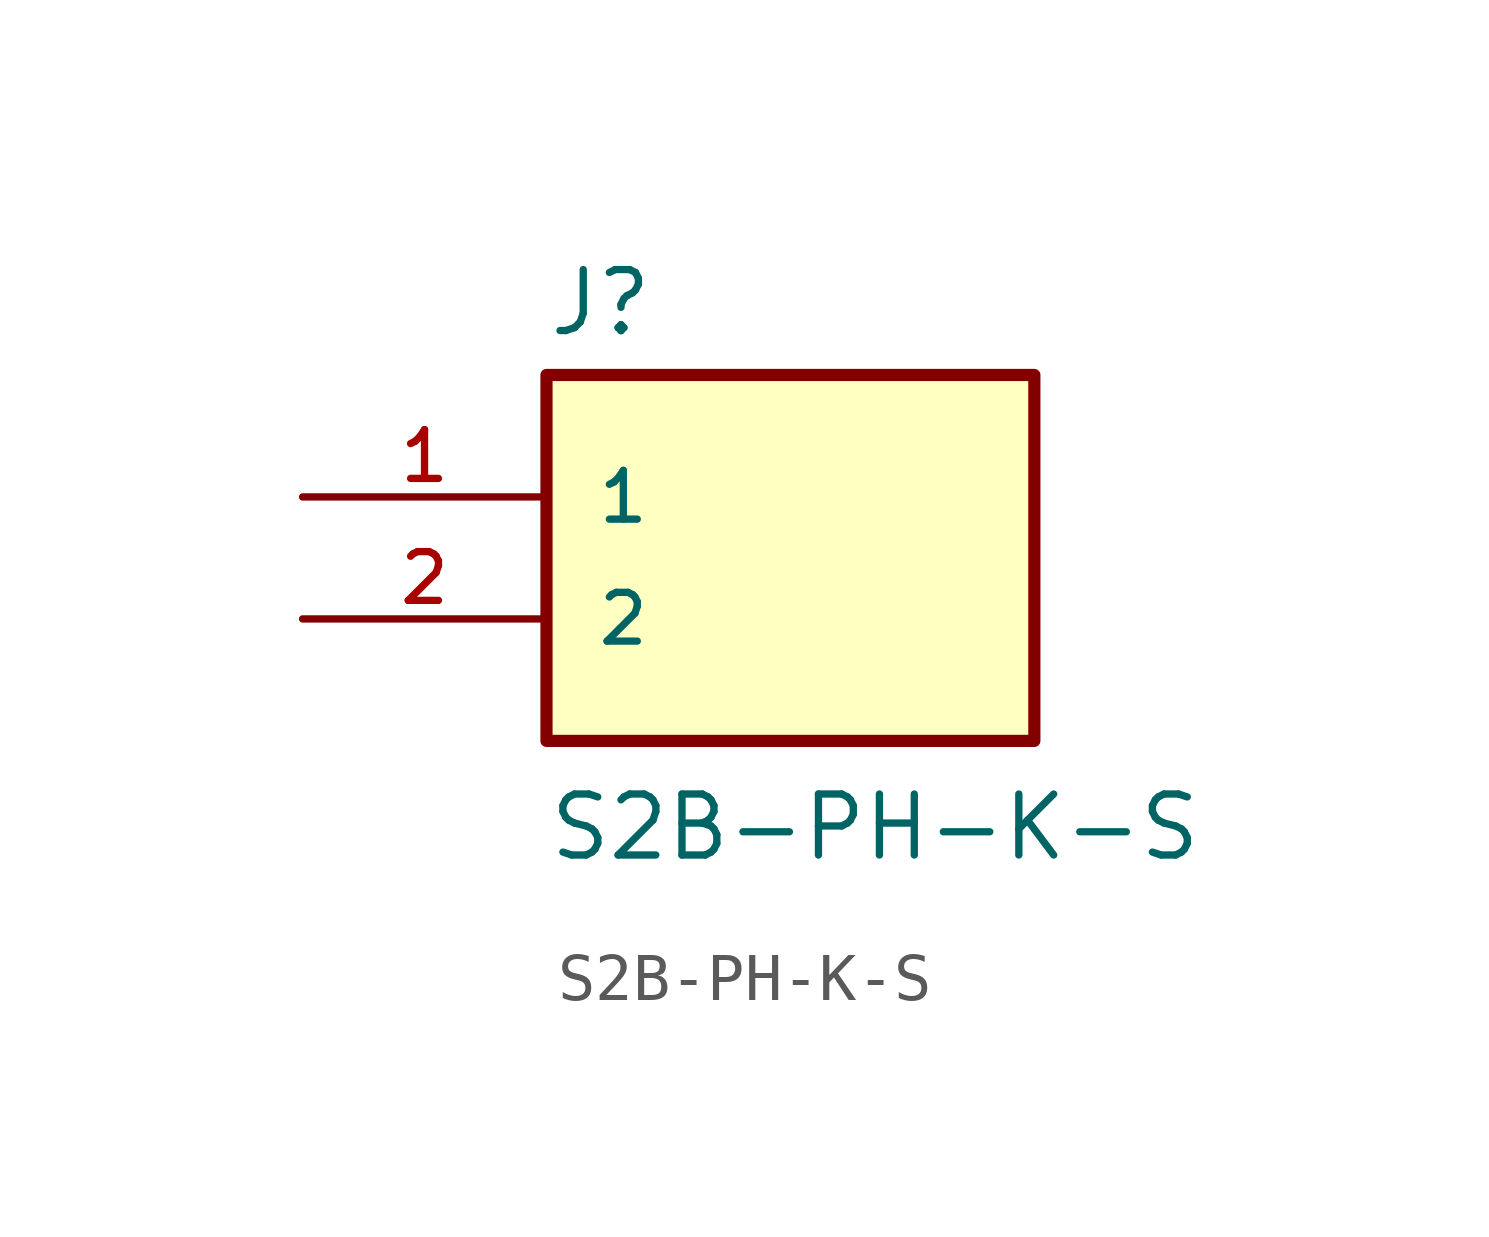
<source format=kicad_sym>
(kicad_symbol_lib
  (version 20211014)
  (generator kicad_symbol_editor)
  (symbol "S2B-PH-K-S"
    (pin_names
      (offset 1.016))
    (property "Reference" "J"
      (at -5.08 3.302 0)
      (effects (font (size 1.27 1.27)) (justify bottom left)))
    (property "Value" "S2B-PH-K-S"
      (at -5.08 -7.62 0)
      (effects (font (size 1.27 1.27)) (justify bottom left)))
    (symbol "S2B-PH-K-S_0_0"
      (rectangle (start -5.08 -5.08) (end 5.08 2.54) (stroke (width 0.254)) (fill (type background)))
      (pin passive line (at -10.16 0.0 0) (length 5.08) (name "1" (effects (font (size 1.016 1.016)))) (number "1" (effects (font (size 1.016 1.016)))))
      (pin passive line (at -10.16 -2.54 0) (length 5.08) (name "2" (effects (font (size 1.016 1.016)))) (number "2" (effects (font (size 1.016 1.016))))))))
</source>
